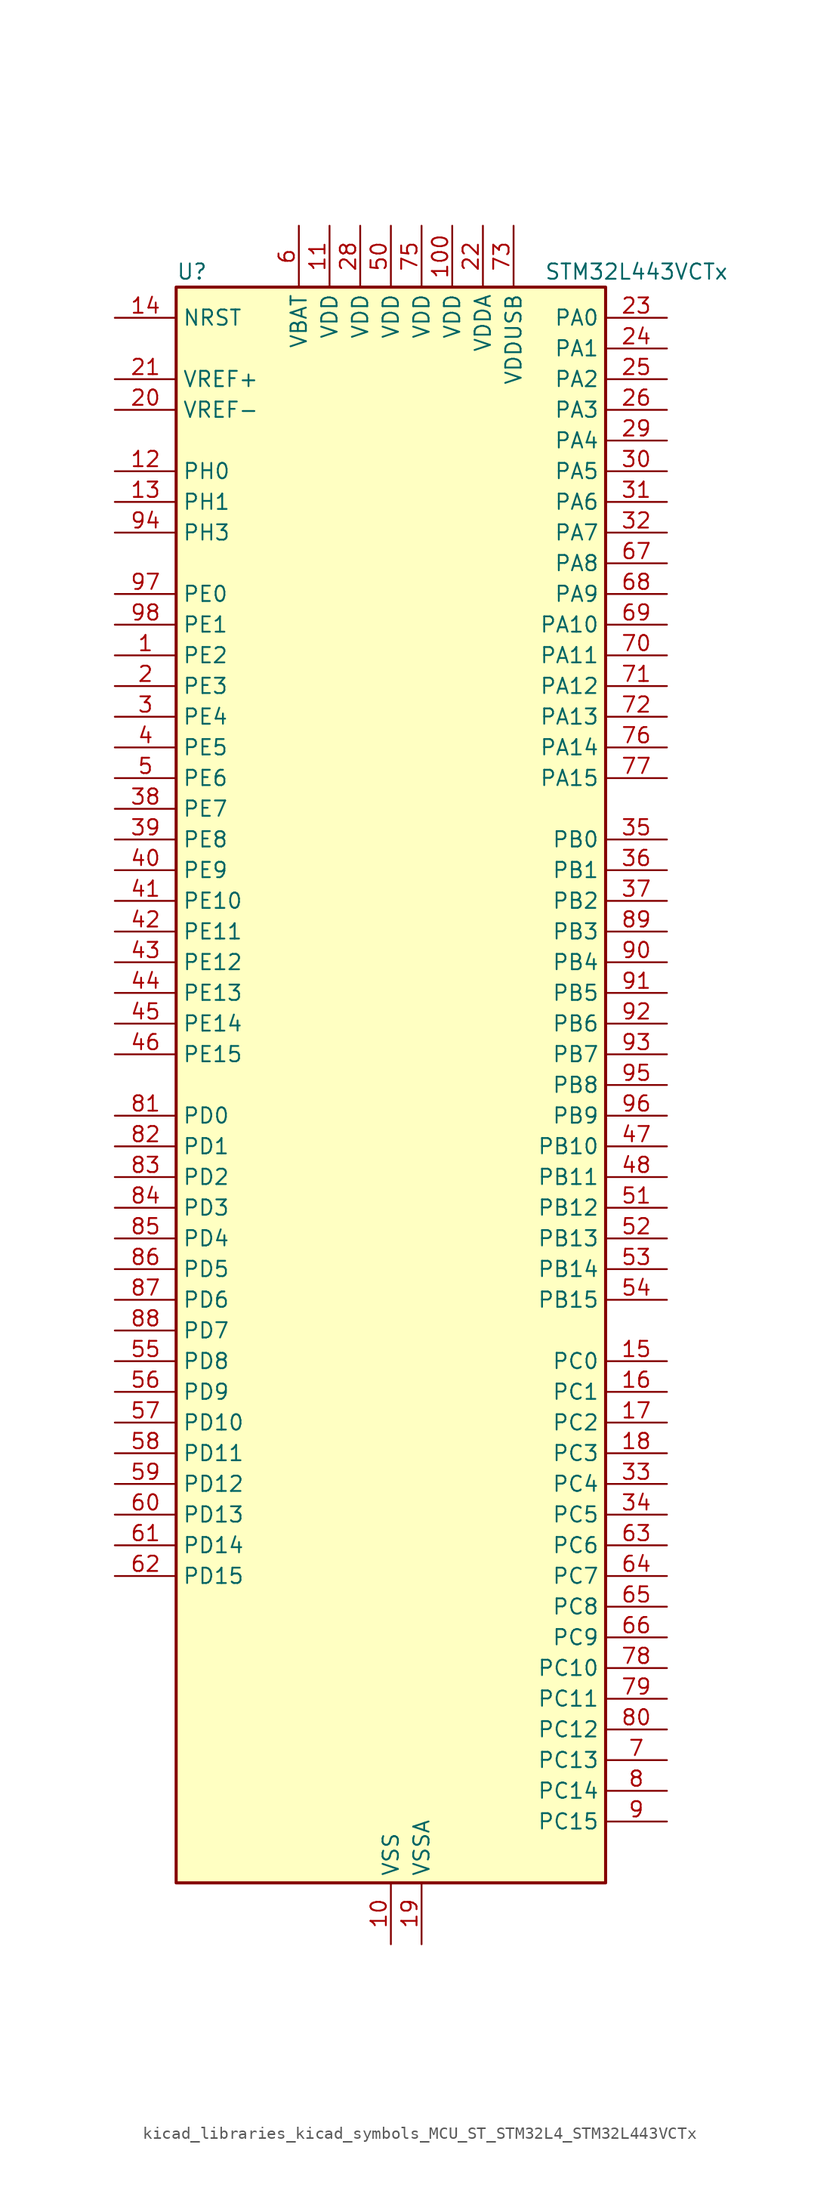
<source format=kicad_sym>
(kicad_symbol_lib
  (version 20220914)
  (generator kicad_symbol_editor)
  (symbol "kicad_libraries_kicad_symbols_MCU_ST_STM32L4_STM32L443VCTx"
    (property "Reference" "U"
      (at -17.78 67.31 0)
      (effects (font (size 1.27 1.27)) (justify left)))
    (property "Value" "STM32L443VCTx"
      (at 12.7 67.31 0)
      (effects (font (size 1.27 1.27)) (justify left)))
    (property "ki_locked" ""
      (at 0 0 0)
      (effects (font (size 1.27 1.27))))
    (symbol "kicad_libraries_kicad_symbols_MCU_ST_STM32L4_STM32L443VCTx_0_1"
      (rectangle (start -17.78 -66.04) (end 17.78 66.04) (stroke (width 0.254) (type default)) (fill (type background))))
    (symbol "kicad_libraries_kicad_symbols_MCU_ST_STM32L4_STM32L443VCTx_1_1"
      (pin bidirectional line (at -22.86 35.56 0) (length 5.08) (name "PE2" (effects (font (size 1.27 1.27)))) (number "1" (effects (font (size 1.27 1.27)))) (alternate "LCD_SEG38" bidirectional line) (alternate "SAI1_MCLK_A" bidirectional line) (alternate "SYS_TRACECLK" bidirectional line) (alternate "TSC_G7_IO1" bidirectional line))
      (pin power_in line (at 0 -71.12 90) (length 5.08) (name "VSS" (effects (font (size 1.27 1.27)))) (number "10" (effects (font (size 1.27 1.27)))))
      (pin power_in line (at 5.08 71.12 270) (length 5.08) (name "VDD" (effects (font (size 1.27 1.27)))) (number "100" (effects (font (size 1.27 1.27)))))
      (pin power_in line (at -5.08 71.12 270) (length 5.08) (name "VDD" (effects (font (size 1.27 1.27)))) (number "11" (effects (font (size 1.27 1.27)))))
      (pin bidirectional line (at -22.86 50.8 0) (length 5.08) (name "PH0" (effects (font (size 1.27 1.27)))) (number "12" (effects (font (size 1.27 1.27)))) (alternate "RCC_OSC_IN" bidirectional line))
      (pin bidirectional line (at -22.86 48.26 0) (length 5.08) (name "PH1" (effects (font (size 1.27 1.27)))) (number "13" (effects (font (size 1.27 1.27)))) (alternate "RCC_OSC_OUT" bidirectional line))
      (pin input line (at -22.86 63.5 0) (length 5.08) (name "NRST" (effects (font (size 1.27 1.27)))) (number "14" (effects (font (size 1.27 1.27)))))
      (pin bidirectional line (at 22.86 -22.86 180) (length 5.08) (name "PC0" (effects (font (size 1.27 1.27)))) (number "15" (effects (font (size 1.27 1.27)))) (alternate "ADC1_IN1" bidirectional line) (alternate "I2C3_SCL" bidirectional line) (alternate "LCD_SEG18" bidirectional line) (alternate "LPTIM1_IN1" bidirectional line) (alternate "LPTIM2_IN1" bidirectional line) (alternate "LPUART1_RX" bidirectional line))
      (pin bidirectional line (at 22.86 -25.4 180) (length 5.08) (name "PC1" (effects (font (size 1.27 1.27)))) (number "16" (effects (font (size 1.27 1.27)))) (alternate "ADC1_IN2" bidirectional line) (alternate "I2C3_SDA" bidirectional line) (alternate "LCD_SEG19" bidirectional line) (alternate "LPTIM1_OUT" bidirectional line) (alternate "LPUART1_TX" bidirectional line))
      (pin bidirectional line (at 22.86 -27.94 180) (length 5.08) (name "PC2" (effects (font (size 1.27 1.27)))) (number "17" (effects (font (size 1.27 1.27)))) (alternate "ADC1_IN3" bidirectional line) (alternate "LCD_SEG20" bidirectional line) (alternate "LPTIM1_IN2" bidirectional line) (alternate "SPI2_MISO" bidirectional line))
      (pin bidirectional line (at 22.86 -30.48 180) (length 5.08) (name "PC3" (effects (font (size 1.27 1.27)))) (number "18" (effects (font (size 1.27 1.27)))) (alternate "ADC1_IN4" bidirectional line) (alternate "LCD_VLCD" bidirectional line) (alternate "LPTIM1_ETR" bidirectional line) (alternate "LPTIM2_ETR" bidirectional line) (alternate "SAI1_SD_A" bidirectional line) (alternate "SPI2_MOSI" bidirectional line))
      (pin power_in line (at 2.54 -71.12 90) (length 5.08) (name "VSSA" (effects (font (size 1.27 1.27)))) (number "19" (effects (font (size 1.27 1.27)))))
      (pin bidirectional line (at -22.86 33.02 0) (length 5.08) (name "PE3" (effects (font (size 1.27 1.27)))) (number "2" (effects (font (size 1.27 1.27)))) (alternate "LCD_SEG39" bidirectional line) (alternate "SAI1_SD_B" bidirectional line) (alternate "SYS_TRACED0" bidirectional line) (alternate "TSC_G7_IO2" bidirectional line))
      (pin input line (at -22.86 55.88 0) (length 5.08) (name "VREF-" (effects (font (size 1.27 1.27)))) (number "20" (effects (font (size 1.27 1.27)))))
      (pin input line (at -22.86 58.42 0) (length 5.08) (name "VREF+" (effects (font (size 1.27 1.27)))) (number "21" (effects (font (size 1.27 1.27)))) (alternate "VREFBUF_OUT" bidirectional line))
      (pin power_in line (at 7.62 71.12 270) (length 5.08) (name "VDDA" (effects (font (size 1.27 1.27)))) (number "22" (effects (font (size 1.27 1.27)))))
      (pin bidirectional line (at 22.86 63.5 180) (length 5.08) (name "PA0" (effects (font (size 1.27 1.27)))) (number "23" (effects (font (size 1.27 1.27)))) (alternate "ADC1_IN5" bidirectional line) (alternate "COMP1_INM" bidirectional line) (alternate "COMP1_OUT" bidirectional line) (alternate "OPAMP1_VINP" bidirectional line) (alternate "RTC_TAMP2" bidirectional line) (alternate "SAI1_EXTCLK" bidirectional line) (alternate "SYS_WKUP1" bidirectional line) (alternate "TIM2_CH1" bidirectional line) (alternate "TIM2_ETR" bidirectional line) (alternate "USART2_CTS" bidirectional line))
      (pin bidirectional line (at 22.86 60.96 180) (length 5.08) (name "PA1" (effects (font (size 1.27 1.27)))) (number "24" (effects (font (size 1.27 1.27)))) (alternate "ADC1_IN6" bidirectional line) (alternate "COMP1_INP" bidirectional line) (alternate "I2C1_SMBA" bidirectional line) (alternate "LCD_SEG0" bidirectional line) (alternate "OPAMP1_VINM" bidirectional line) (alternate "SPI1_SCK" bidirectional line) (alternate "TIM15_CH1N" bidirectional line) (alternate "TIM2_CH2" bidirectional line) (alternate "USART2_DE" bidirectional line) (alternate "USART2_RTS" bidirectional line))
      (pin bidirectional line (at 22.86 58.42 180) (length 5.08) (name "PA2" (effects (font (size 1.27 1.27)))) (number "25" (effects (font (size 1.27 1.27)))) (alternate "ADC1_IN7" bidirectional line) (alternate "COMP2_INM" bidirectional line) (alternate "COMP2_OUT" bidirectional line) (alternate "LCD_SEG1" bidirectional line) (alternate "LPUART1_TX" bidirectional line) (alternate "QUADSPI_BK1_NCS" bidirectional line) (alternate "RCC_LSCO" bidirectional line) (alternate "SYS_WKUP4" bidirectional line) (alternate "TIM15_CH1" bidirectional line) (alternate "TIM2_CH3" bidirectional line) (alternate "USART2_TX" bidirectional line))
      (pin bidirectional line (at 22.86 55.88 180) (length 5.08) (name "PA3" (effects (font (size 1.27 1.27)))) (number "26" (effects (font (size 1.27 1.27)))) (alternate "ADC1_IN8" bidirectional line) (alternate "COMP2_INP" bidirectional line) (alternate "LCD_SEG2" bidirectional line) (alternate "LPUART1_RX" bidirectional line) (alternate "OPAMP1_VOUT" bidirectional line) (alternate "QUADSPI_CLK" bidirectional line) (alternate "SAI1_MCLK_A" bidirectional line) (alternate "TIM15_CH2" bidirectional line) (alternate "TIM2_CH4" bidirectional line) (alternate "USART2_RX" bidirectional line))
      (pin passive line (at 0 -71.12 90) (length 5.08) hide (name "VSS" (effects (font (size 1.27 1.27)))) (number "27" (effects (font (size 1.27 1.27)))))
      (pin power_in line (at -2.54 71.12 270) (length 5.08) (name "VDD" (effects (font (size 1.27 1.27)))) (number "28" (effects (font (size 1.27 1.27)))))
      (pin bidirectional line (at 22.86 53.34 180) (length 5.08) (name "PA4" (effects (font (size 1.27 1.27)))) (number "29" (effects (font (size 1.27 1.27)))) (alternate "ADC1_IN9" bidirectional line) (alternate "COMP1_INM" bidirectional line) (alternate "COMP2_INM" bidirectional line) (alternate "DAC1_OUT1" bidirectional line) (alternate "LPTIM2_OUT" bidirectional line) (alternate "SAI1_FS_B" bidirectional line) (alternate "SPI1_NSS" bidirectional line) (alternate "SPI3_NSS" bidirectional line) (alternate "USART2_CK" bidirectional line))
      (pin bidirectional line (at -22.86 30.48 0) (length 5.08) (name "PE4" (effects (font (size 1.27 1.27)))) (number "3" (effects (font (size 1.27 1.27)))) (alternate "SAI1_FS_A" bidirectional line) (alternate "SYS_TRACED1" bidirectional line) (alternate "TSC_G7_IO3" bidirectional line))
      (pin bidirectional line (at 22.86 50.8 180) (length 5.08) (name "PA5" (effects (font (size 1.27 1.27)))) (number "30" (effects (font (size 1.27 1.27)))) (alternate "ADC1_IN10" bidirectional line) (alternate "COMP1_INM" bidirectional line) (alternate "COMP2_INM" bidirectional line) (alternate "DAC1_OUT2" bidirectional line) (alternate "LPTIM2_ETR" bidirectional line) (alternate "SPI1_SCK" bidirectional line) (alternate "TIM2_CH1" bidirectional line) (alternate "TIM2_ETR" bidirectional line))
      (pin bidirectional line (at 22.86 48.26 180) (length 5.08) (name "PA6" (effects (font (size 1.27 1.27)))) (number "31" (effects (font (size 1.27 1.27)))) (alternate "ADC1_IN11" bidirectional line) (alternate "COMP1_OUT" bidirectional line) (alternate "LCD_SEG3" bidirectional line) (alternate "LPUART1_CTS" bidirectional line) (alternate "QUADSPI_BK1_IO3" bidirectional line) (alternate "SPI1_MISO" bidirectional line) (alternate "TIM16_CH1" bidirectional line) (alternate "TIM1_BKIN" bidirectional line) (alternate "TIM1_BKIN_COMP2" bidirectional line) (alternate "USART3_CTS" bidirectional line))
      (pin bidirectional line (at 22.86 45.72 180) (length 5.08) (name "PA7" (effects (font (size 1.27 1.27)))) (number "32" (effects (font (size 1.27 1.27)))) (alternate "ADC1_IN12" bidirectional line) (alternate "COMP2_OUT" bidirectional line) (alternate "I2C3_SCL" bidirectional line) (alternate "LCD_SEG4" bidirectional line) (alternate "QUADSPI_BK1_IO2" bidirectional line) (alternate "SPI1_MOSI" bidirectional line) (alternate "TIM1_CH1N" bidirectional line))
      (pin bidirectional line (at 22.86 -33.02 180) (length 5.08) (name "PC4" (effects (font (size 1.27 1.27)))) (number "33" (effects (font (size 1.27 1.27)))) (alternate "ADC1_IN13" bidirectional line) (alternate "COMP1_INM" bidirectional line) (alternate "LCD_SEG22" bidirectional line) (alternate "USART3_TX" bidirectional line))
      (pin bidirectional line (at 22.86 -35.56 180) (length 5.08) (name "PC5" (effects (font (size 1.27 1.27)))) (number "34" (effects (font (size 1.27 1.27)))) (alternate "ADC1_IN14" bidirectional line) (alternate "COMP1_INP" bidirectional line) (alternate "LCD_SEG23" bidirectional line) (alternate "SYS_WKUP5" bidirectional line) (alternate "USART3_RX" bidirectional line))
      (pin bidirectional line (at 22.86 20.32 180) (length 5.08) (name "PB0" (effects (font (size 1.27 1.27)))) (number "35" (effects (font (size 1.27 1.27)))) (alternate "ADC1_IN15" bidirectional line) (alternate "COMP1_OUT" bidirectional line) (alternate "LCD_SEG5" bidirectional line) (alternate "QUADSPI_BK1_IO1" bidirectional line) (alternate "SAI1_EXTCLK" bidirectional line) (alternate "SPI1_NSS" bidirectional line) (alternate "TIM1_CH2N" bidirectional line) (alternate "USART3_CK" bidirectional line))
      (pin bidirectional line (at 22.86 17.78 180) (length 5.08) (name "PB1" (effects (font (size 1.27 1.27)))) (number "36" (effects (font (size 1.27 1.27)))) (alternate "ADC1_IN16" bidirectional line) (alternate "COMP1_INM" bidirectional line) (alternate "LCD_SEG6" bidirectional line) (alternate "LPTIM2_IN1" bidirectional line) (alternate "LPUART1_DE" bidirectional line) (alternate "LPUART1_RTS" bidirectional line) (alternate "QUADSPI_BK1_IO0" bidirectional line) (alternate "TIM1_CH3N" bidirectional line) (alternate "USART3_DE" bidirectional line) (alternate "USART3_RTS" bidirectional line))
      (pin bidirectional line (at 22.86 15.24 180) (length 5.08) (name "PB2" (effects (font (size 1.27 1.27)))) (number "37" (effects (font (size 1.27 1.27)))) (alternate "COMP1_INP" bidirectional line) (alternate "I2C3_SMBA" bidirectional line) (alternate "LCD_VLCD" bidirectional line) (alternate "LPTIM1_OUT" bidirectional line) (alternate "RTC_OUT_ALARM" bidirectional line) (alternate "RTC_OUT_CALIB" bidirectional line))
      (pin bidirectional line (at -22.86 22.86 0) (length 5.08) (name "PE7" (effects (font (size 1.27 1.27)))) (number "38" (effects (font (size 1.27 1.27)))) (alternate "SAI1_SD_B" bidirectional line) (alternate "TIM1_ETR" bidirectional line))
      (pin bidirectional line (at -22.86 20.32 0) (length 5.08) (name "PE8" (effects (font (size 1.27 1.27)))) (number "39" (effects (font (size 1.27 1.27)))) (alternate "SAI1_SCK_B" bidirectional line) (alternate "TIM1_CH1N" bidirectional line))
      (pin bidirectional line (at -22.86 27.94 0) (length 5.08) (name "PE5" (effects (font (size 1.27 1.27)))) (number "4" (effects (font (size 1.27 1.27)))) (alternate "SAI1_SCK_A" bidirectional line) (alternate "SYS_TRACED2" bidirectional line) (alternate "TSC_G7_IO4" bidirectional line))
      (pin bidirectional line (at -22.86 17.78 0) (length 5.08) (name "PE9" (effects (font (size 1.27 1.27)))) (number "40" (effects (font (size 1.27 1.27)))) (alternate "DAC1_EXTI9" bidirectional line) (alternate "SAI1_FS_B" bidirectional line) (alternate "TIM1_CH1" bidirectional line))
      (pin bidirectional line (at -22.86 15.24 0) (length 5.08) (name "PE10" (effects (font (size 1.27 1.27)))) (number "41" (effects (font (size 1.27 1.27)))) (alternate "QUADSPI_CLK" bidirectional line) (alternate "SAI1_MCLK_B" bidirectional line) (alternate "TIM1_CH2N" bidirectional line) (alternate "TSC_G5_IO1" bidirectional line))
      (pin bidirectional line (at -22.86 12.7 0) (length 5.08) (name "PE11" (effects (font (size 1.27 1.27)))) (number "42" (effects (font (size 1.27 1.27)))) (alternate "ADC1_EXTI11" bidirectional line) (alternate "QUADSPI_BK1_NCS" bidirectional line) (alternate "TIM1_CH2" bidirectional line) (alternate "TSC_G5_IO2" bidirectional line))
      (pin bidirectional line (at -22.86 10.16 0) (length 5.08) (name "PE12" (effects (font (size 1.27 1.27)))) (number "43" (effects (font (size 1.27 1.27)))) (alternate "QUADSPI_BK1_IO0" bidirectional line) (alternate "SPI1_NSS" bidirectional line) (alternate "TIM1_CH3N" bidirectional line) (alternate "TSC_G5_IO3" bidirectional line))
      (pin bidirectional line (at -22.86 7.62 0) (length 5.08) (name "PE13" (effects (font (size 1.27 1.27)))) (number "44" (effects (font (size 1.27 1.27)))) (alternate "QUADSPI_BK1_IO1" bidirectional line) (alternate "SPI1_SCK" bidirectional line) (alternate "TIM1_CH3" bidirectional line) (alternate "TSC_G5_IO4" bidirectional line))
      (pin bidirectional line (at -22.86 5.08 0) (length 5.08) (name "PE14" (effects (font (size 1.27 1.27)))) (number "45" (effects (font (size 1.27 1.27)))) (alternate "QUADSPI_BK1_IO2" bidirectional line) (alternate "SPI1_MISO" bidirectional line) (alternate "TIM1_BKIN2" bidirectional line) (alternate "TIM1_BKIN2_COMP2" bidirectional line) (alternate "TIM1_CH4" bidirectional line))
      (pin bidirectional line (at -22.86 2.54 0) (length 5.08) (name "PE15" (effects (font (size 1.27 1.27)))) (number "46" (effects (font (size 1.27 1.27)))) (alternate "ADC1_EXTI15" bidirectional line) (alternate "QUADSPI_BK1_IO3" bidirectional line) (alternate "SPI1_MOSI" bidirectional line) (alternate "TIM1_BKIN" bidirectional line) (alternate "TIM1_BKIN_COMP1" bidirectional line))
      (pin bidirectional line (at 22.86 -5.08 180) (length 5.08) (name "PB10" (effects (font (size 1.27 1.27)))) (number "47" (effects (font (size 1.27 1.27)))) (alternate "COMP1_OUT" bidirectional line) (alternate "I2C2_SCL" bidirectional line) (alternate "LCD_SEG10" bidirectional line) (alternate "LPUART1_RX" bidirectional line) (alternate "QUADSPI_CLK" bidirectional line) (alternate "SAI1_SCK_A" bidirectional line) (alternate "SPI2_SCK" bidirectional line) (alternate "TIM2_CH3" bidirectional line) (alternate "TSC_SYNC" bidirectional line) (alternate "USART3_TX" bidirectional line))
      (pin bidirectional line (at 22.86 -7.62 180) (length 5.08) (name "PB11" (effects (font (size 1.27 1.27)))) (number "48" (effects (font (size 1.27 1.27)))) (alternate "ADC1_EXTI11" bidirectional line) (alternate "COMP2_OUT" bidirectional line) (alternate "I2C2_SDA" bidirectional line) (alternate "LCD_SEG11" bidirectional line) (alternate "LPUART1_TX" bidirectional line) (alternate "QUADSPI_BK1_NCS" bidirectional line) (alternate "TIM2_CH4" bidirectional line) (alternate "USART3_RX" bidirectional line))
      (pin passive line (at 0 -71.12 90) (length 5.08) hide (name "VSS" (effects (font (size 1.27 1.27)))) (number "49" (effects (font (size 1.27 1.27)))))
      (pin bidirectional line (at -22.86 25.4 0) (length 5.08) (name "PE6" (effects (font (size 1.27 1.27)))) (number "5" (effects (font (size 1.27 1.27)))) (alternate "RTC_TAMP3" bidirectional line) (alternate "SAI1_SD_A" bidirectional line) (alternate "SYS_TRACED3" bidirectional line) (alternate "SYS_WKUP3" bidirectional line))
      (pin power_in line (at 0 71.12 270) (length 5.08) (name "VDD" (effects (font (size 1.27 1.27)))) (number "50" (effects (font (size 1.27 1.27)))))
      (pin bidirectional line (at 22.86 -10.16 180) (length 5.08) (name "PB12" (effects (font (size 1.27 1.27)))) (number "51" (effects (font (size 1.27 1.27)))) (alternate "I2C2_SMBA" bidirectional line) (alternate "LCD_SEG12" bidirectional line) (alternate "LPUART1_DE" bidirectional line) (alternate "LPUART1_RTS" bidirectional line) (alternate "SAI1_FS_A" bidirectional line) (alternate "SPI2_NSS" bidirectional line) (alternate "SWPMI1_IO" bidirectional line) (alternate "TIM15_BKIN" bidirectional line) (alternate "TIM1_BKIN" bidirectional line) (alternate "TIM1_BKIN_COMP2" bidirectional line) (alternate "TSC_G1_IO1" bidirectional line) (alternate "USART3_CK" bidirectional line))
      (pin bidirectional line (at 22.86 -12.7 180) (length 5.08) (name "PB13" (effects (font (size 1.27 1.27)))) (number "52" (effects (font (size 1.27 1.27)))) (alternate "I2C2_SCL" bidirectional line) (alternate "LCD_SEG13" bidirectional line) (alternate "LPUART1_CTS" bidirectional line) (alternate "SAI1_SCK_A" bidirectional line) (alternate "SPI2_SCK" bidirectional line) (alternate "SWPMI1_TX" bidirectional line) (alternate "TIM15_CH1N" bidirectional line) (alternate "TIM1_CH1N" bidirectional line) (alternate "TSC_G1_IO2" bidirectional line) (alternate "USART3_CTS" bidirectional line))
      (pin bidirectional line (at 22.86 -15.24 180) (length 5.08) (name "PB14" (effects (font (size 1.27 1.27)))) (number "53" (effects (font (size 1.27 1.27)))) (alternate "I2C2_SDA" bidirectional line) (alternate "LCD_SEG14" bidirectional line) (alternate "SAI1_MCLK_A" bidirectional line) (alternate "SPI2_MISO" bidirectional line) (alternate "SWPMI1_RX" bidirectional line) (alternate "TIM15_CH1" bidirectional line) (alternate "TIM1_CH2N" bidirectional line) (alternate "TSC_G1_IO3" bidirectional line) (alternate "USART3_DE" bidirectional line) (alternate "USART3_RTS" bidirectional line))
      (pin bidirectional line (at 22.86 -17.78 180) (length 5.08) (name "PB15" (effects (font (size 1.27 1.27)))) (number "54" (effects (font (size 1.27 1.27)))) (alternate "ADC1_EXTI15" bidirectional line) (alternate "LCD_SEG15" bidirectional line) (alternate "RTC_REFIN" bidirectional line) (alternate "SAI1_SD_A" bidirectional line) (alternate "SPI2_MOSI" bidirectional line) (alternate "SWPMI1_SUSPEND" bidirectional line) (alternate "TIM15_CH2" bidirectional line) (alternate "TIM1_CH3N" bidirectional line) (alternate "TSC_G1_IO4" bidirectional line))
      (pin bidirectional line (at -22.86 -22.86 0) (length 5.08) (name "PD8" (effects (font (size 1.27 1.27)))) (number "55" (effects (font (size 1.27 1.27)))) (alternate "LCD_SEG28" bidirectional line) (alternate "USART3_TX" bidirectional line))
      (pin bidirectional line (at -22.86 -25.4 0) (length 5.08) (name "PD9" (effects (font (size 1.27 1.27)))) (number "56" (effects (font (size 1.27 1.27)))) (alternate "DAC1_EXTI9" bidirectional line) (alternate "LCD_SEG29" bidirectional line) (alternate "USART3_RX" bidirectional line))
      (pin bidirectional line (at -22.86 -27.94 0) (length 5.08) (name "PD10" (effects (font (size 1.27 1.27)))) (number "57" (effects (font (size 1.27 1.27)))) (alternate "LCD_SEG30" bidirectional line) (alternate "TSC_G6_IO1" bidirectional line) (alternate "USART3_CK" bidirectional line))
      (pin bidirectional line (at -22.86 -30.48 0) (length 5.08) (name "PD11" (effects (font (size 1.27 1.27)))) (number "58" (effects (font (size 1.27 1.27)))) (alternate "ADC1_EXTI11" bidirectional line) (alternate "LCD_SEG31" bidirectional line) (alternate "LPTIM2_ETR" bidirectional line) (alternate "TSC_G6_IO2" bidirectional line) (alternate "USART3_CTS" bidirectional line))
      (pin bidirectional line (at -22.86 -33.02 0) (length 5.08) (name "PD12" (effects (font (size 1.27 1.27)))) (number "59" (effects (font (size 1.27 1.27)))) (alternate "LCD_SEG32" bidirectional line) (alternate "LPTIM2_IN1" bidirectional line) (alternate "TSC_G6_IO3" bidirectional line) (alternate "USART3_DE" bidirectional line) (alternate "USART3_RTS" bidirectional line))
      (pin power_in line (at -7.62 71.12 270) (length 5.08) (name "VBAT" (effects (font (size 1.27 1.27)))) (number "6" (effects (font (size 1.27 1.27)))))
      (pin bidirectional line (at -22.86 -35.56 0) (length 5.08) (name "PD13" (effects (font (size 1.27 1.27)))) (number "60" (effects (font (size 1.27 1.27)))) (alternate "LCD_SEG33" bidirectional line) (alternate "LPTIM2_OUT" bidirectional line) (alternate "TSC_G6_IO4" bidirectional line))
      (pin bidirectional line (at -22.86 -38.1 0) (length 5.08) (name "PD14" (effects (font (size 1.27 1.27)))) (number "61" (effects (font (size 1.27 1.27)))) (alternate "LCD_SEG34" bidirectional line))
      (pin bidirectional line (at -22.86 -40.64 0) (length 5.08) (name "PD15" (effects (font (size 1.27 1.27)))) (number "62" (effects (font (size 1.27 1.27)))) (alternate "ADC1_EXTI15" bidirectional line) (alternate "LCD_SEG35" bidirectional line))
      (pin bidirectional line (at 22.86 -38.1 180) (length 5.08) (name "PC6" (effects (font (size 1.27 1.27)))) (number "63" (effects (font (size 1.27 1.27)))) (alternate "LCD_SEG24" bidirectional line) (alternate "SDMMC1_D6" bidirectional line) (alternate "TSC_G4_IO1" bidirectional line))
      (pin bidirectional line (at 22.86 -40.64 180) (length 5.08) (name "PC7" (effects (font (size 1.27 1.27)))) (number "64" (effects (font (size 1.27 1.27)))) (alternate "LCD_SEG25" bidirectional line) (alternate "SDMMC1_D7" bidirectional line) (alternate "TSC_G4_IO2" bidirectional line))
      (pin bidirectional line (at 22.86 -43.18 180) (length 5.08) (name "PC8" (effects (font (size 1.27 1.27)))) (number "65" (effects (font (size 1.27 1.27)))) (alternate "LCD_SEG26" bidirectional line) (alternate "SDMMC1_D0" bidirectional line) (alternate "TSC_G4_IO3" bidirectional line))
      (pin bidirectional line (at 22.86 -45.72 180) (length 5.08) (name "PC9" (effects (font (size 1.27 1.27)))) (number "66" (effects (font (size 1.27 1.27)))) (alternate "DAC1_EXTI9" bidirectional line) (alternate "LCD_SEG27" bidirectional line) (alternate "SDMMC1_D1" bidirectional line) (alternate "TSC_G4_IO4" bidirectional line) (alternate "USB_NOE" bidirectional line))
      (pin bidirectional line (at 22.86 43.18 180) (length 5.08) (name "PA8" (effects (font (size 1.27 1.27)))) (number "67" (effects (font (size 1.27 1.27)))) (alternate "LCD_COM0" bidirectional line) (alternate "LPTIM2_OUT" bidirectional line) (alternate "RCC_MCO" bidirectional line) (alternate "SAI1_SCK_A" bidirectional line) (alternate "SWPMI1_IO" bidirectional line) (alternate "TIM1_CH1" bidirectional line) (alternate "USART1_CK" bidirectional line))
      (pin bidirectional line (at 22.86 40.64 180) (length 5.08) (name "PA9" (effects (font (size 1.27 1.27)))) (number "68" (effects (font (size 1.27 1.27)))) (alternate "DAC1_EXTI9" bidirectional line) (alternate "I2C1_SCL" bidirectional line) (alternate "LCD_COM1" bidirectional line) (alternate "SAI1_FS_A" bidirectional line) (alternate "TIM15_BKIN" bidirectional line) (alternate "TIM1_CH2" bidirectional line) (alternate "USART1_TX" bidirectional line))
      (pin bidirectional line (at 22.86 38.1 180) (length 5.08) (name "PA10" (effects (font (size 1.27 1.27)))) (number "69" (effects (font (size 1.27 1.27)))) (alternate "CRS_SYNC" bidirectional line) (alternate "I2C1_SDA" bidirectional line) (alternate "LCD_COM2" bidirectional line) (alternate "SAI1_SD_A" bidirectional line) (alternate "TIM1_CH3" bidirectional line) (alternate "USART1_RX" bidirectional line))
      (pin bidirectional line (at 22.86 -55.88 180) (length 5.08) (name "PC13" (effects (font (size 1.27 1.27)))) (number "7" (effects (font (size 1.27 1.27)))) (alternate "RTC_OUT_ALARM" bidirectional line) (alternate "RTC_OUT_CALIB" bidirectional line) (alternate "RTC_TAMP1" bidirectional line) (alternate "RTC_TS" bidirectional line) (alternate "SYS_WKUP2" bidirectional line))
      (pin bidirectional line (at 22.86 35.56 180) (length 5.08) (name "PA11" (effects (font (size 1.27 1.27)))) (number "70" (effects (font (size 1.27 1.27)))) (alternate "ADC1_EXTI11" bidirectional line) (alternate "CAN1_RX" bidirectional line) (alternate "COMP1_OUT" bidirectional line) (alternate "SPI1_MISO" bidirectional line) (alternate "TIM1_BKIN2" bidirectional line) (alternate "TIM1_BKIN2_COMP1" bidirectional line) (alternate "TIM1_CH4" bidirectional line) (alternate "USART1_CTS" bidirectional line) (alternate "USB_DM" bidirectional line))
      (pin bidirectional line (at 22.86 33.02 180) (length 5.08) (name "PA12" (effects (font (size 1.27 1.27)))) (number "71" (effects (font (size 1.27 1.27)))) (alternate "CAN1_TX" bidirectional line) (alternate "SPI1_MOSI" bidirectional line) (alternate "TIM1_ETR" bidirectional line) (alternate "USART1_DE" bidirectional line) (alternate "USART1_RTS" bidirectional line) (alternate "USB_DP" bidirectional line))
      (pin bidirectional line (at 22.86 30.48 180) (length 5.08) (name "PA13" (effects (font (size 1.27 1.27)))) (number "72" (effects (font (size 1.27 1.27)))) (alternate "IR_OUT" bidirectional line) (alternate "SAI1_SD_B" bidirectional line) (alternate "SWPMI1_TX" bidirectional line) (alternate "SYS_JTMS-SWDIO" bidirectional line) (alternate "USB_NOE" bidirectional line))
      (pin power_in line (at 10.16 71.12 270) (length 5.08) (name "VDDUSB" (effects (font (size 1.27 1.27)))) (number "73" (effects (font (size 1.27 1.27)))))
      (pin passive line (at 0 -71.12 90) (length 5.08) hide (name "VSS" (effects (font (size 1.27 1.27)))) (number "74" (effects (font (size 1.27 1.27)))))
      (pin power_in line (at 2.54 71.12 270) (length 5.08) (name "VDD" (effects (font (size 1.27 1.27)))) (number "75" (effects (font (size 1.27 1.27)))))
      (pin bidirectional line (at 22.86 27.94 180) (length 5.08) (name "PA14" (effects (font (size 1.27 1.27)))) (number "76" (effects (font (size 1.27 1.27)))) (alternate "I2C1_SMBA" bidirectional line) (alternate "LPTIM1_OUT" bidirectional line) (alternate "SAI1_FS_B" bidirectional line) (alternate "SWPMI1_RX" bidirectional line) (alternate "SYS_JTCK-SWCLK" bidirectional line))
      (pin bidirectional line (at 22.86 25.4 180) (length 5.08) (name "PA15" (effects (font (size 1.27 1.27)))) (number "77" (effects (font (size 1.27 1.27)))) (alternate "ADC1_EXTI15" bidirectional line) (alternate "LCD_SEG17" bidirectional line) (alternate "SPI1_NSS" bidirectional line) (alternate "SPI3_NSS" bidirectional line) (alternate "SWPMI1_SUSPEND" bidirectional line) (alternate "SYS_JTDI" bidirectional line) (alternate "TIM2_CH1" bidirectional line) (alternate "TIM2_ETR" bidirectional line) (alternate "TSC_G3_IO1" bidirectional line) (alternate "USART2_RX" bidirectional line) (alternate "USART3_DE" bidirectional line) (alternate "USART3_RTS" bidirectional line))
      (pin bidirectional line (at 22.86 -48.26 180) (length 5.08) (name "PC10" (effects (font (size 1.27 1.27)))) (number "78" (effects (font (size 1.27 1.27)))) (alternate "LCD_COM4" bidirectional line) (alternate "LCD_SEG28" bidirectional line) (alternate "LCD_SEG40" bidirectional line) (alternate "SDMMC1_D2" bidirectional line) (alternate "SPI3_SCK" bidirectional line) (alternate "TSC_G3_IO2" bidirectional line) (alternate "USART3_TX" bidirectional line))
      (pin bidirectional line (at 22.86 -50.8 180) (length 5.08) (name "PC11" (effects (font (size 1.27 1.27)))) (number "79" (effects (font (size 1.27 1.27)))) (alternate "ADC1_EXTI11" bidirectional line) (alternate "LCD_COM5" bidirectional line) (alternate "LCD_SEG29" bidirectional line) (alternate "LCD_SEG41" bidirectional line) (alternate "SDMMC1_D3" bidirectional line) (alternate "SPI3_MISO" bidirectional line) (alternate "TSC_G3_IO3" bidirectional line) (alternate "USART3_RX" bidirectional line))
      (pin bidirectional line (at 22.86 -58.42 180) (length 5.08) (name "PC14" (effects (font (size 1.27 1.27)))) (number "8" (effects (font (size 1.27 1.27)))) (alternate "RCC_OSC32_IN" bidirectional line))
      (pin bidirectional line (at 22.86 -53.34 180) (length 5.08) (name "PC12" (effects (font (size 1.27 1.27)))) (number "80" (effects (font (size 1.27 1.27)))) (alternate "LCD_COM6" bidirectional line) (alternate "LCD_SEG30" bidirectional line) (alternate "LCD_SEG42" bidirectional line) (alternate "SDMMC1_CK" bidirectional line) (alternate "SPI3_MOSI" bidirectional line) (alternate "TSC_G3_IO4" bidirectional line) (alternate "USART3_CK" bidirectional line))
      (pin bidirectional line (at -22.86 -2.54 0) (length 5.08) (name "PD0" (effects (font (size 1.27 1.27)))) (number "81" (effects (font (size 1.27 1.27)))) (alternate "CAN1_RX" bidirectional line) (alternate "SPI2_NSS" bidirectional line))
      (pin bidirectional line (at -22.86 -5.08 0) (length 5.08) (name "PD1" (effects (font (size 1.27 1.27)))) (number "82" (effects (font (size 1.27 1.27)))) (alternate "CAN1_TX" bidirectional line) (alternate "SPI2_SCK" bidirectional line))
      (pin bidirectional line (at -22.86 -7.62 0) (length 5.08) (name "PD2" (effects (font (size 1.27 1.27)))) (number "83" (effects (font (size 1.27 1.27)))) (alternate "LCD_COM7" bidirectional line) (alternate "LCD_SEG31" bidirectional line) (alternate "LCD_SEG43" bidirectional line) (alternate "SDMMC1_CMD" bidirectional line) (alternate "TSC_SYNC" bidirectional line) (alternate "USART3_DE" bidirectional line) (alternate "USART3_RTS" bidirectional line))
      (pin bidirectional line (at -22.86 -10.16 0) (length 5.08) (name "PD3" (effects (font (size 1.27 1.27)))) (number "84" (effects (font (size 1.27 1.27)))) (alternate "QUADSPI_BK2_NCS" bidirectional line) (alternate "SPI2_MISO" bidirectional line) (alternate "USART2_CTS" bidirectional line))
      (pin bidirectional line (at -22.86 -12.7 0) (length 5.08) (name "PD4" (effects (font (size 1.27 1.27)))) (number "85" (effects (font (size 1.27 1.27)))) (alternate "QUADSPI_BK2_IO0" bidirectional line) (alternate "SPI2_MOSI" bidirectional line) (alternate "USART2_DE" bidirectional line) (alternate "USART2_RTS" bidirectional line))
      (pin bidirectional line (at -22.86 -15.24 0) (length 5.08) (name "PD5" (effects (font (size 1.27 1.27)))) (number "86" (effects (font (size 1.27 1.27)))) (alternate "QUADSPI_BK2_IO1" bidirectional line) (alternate "USART2_TX" bidirectional line))
      (pin bidirectional line (at -22.86 -17.78 0) (length 5.08) (name "PD6" (effects (font (size 1.27 1.27)))) (number "87" (effects (font (size 1.27 1.27)))) (alternate "QUADSPI_BK2_IO2" bidirectional line) (alternate "SAI1_SD_A" bidirectional line) (alternate "USART2_RX" bidirectional line))
      (pin bidirectional line (at -22.86 -20.32 0) (length 5.08) (name "PD7" (effects (font (size 1.27 1.27)))) (number "88" (effects (font (size 1.27 1.27)))) (alternate "QUADSPI_BK2_IO3" bidirectional line) (alternate "USART2_CK" bidirectional line))
      (pin bidirectional line (at 22.86 12.7 180) (length 5.08) (name "PB3" (effects (font (size 1.27 1.27)))) (number "89" (effects (font (size 1.27 1.27)))) (alternate "COMP2_INM" bidirectional line) (alternate "LCD_SEG7" bidirectional line) (alternate "SAI1_SCK_B" bidirectional line) (alternate "SPI1_SCK" bidirectional line) (alternate "SPI3_SCK" bidirectional line) (alternate "SYS_JTDO-SWO" bidirectional line) (alternate "TIM2_CH2" bidirectional line) (alternate "USART1_DE" bidirectional line) (alternate "USART1_RTS" bidirectional line))
      (pin bidirectional line (at 22.86 -60.96 180) (length 5.08) (name "PC15" (effects (font (size 1.27 1.27)))) (number "9" (effects (font (size 1.27 1.27)))) (alternate "ADC1_EXTI15" bidirectional line) (alternate "RCC_OSC32_OUT" bidirectional line))
      (pin bidirectional line (at 22.86 10.16 180) (length 5.08) (name "PB4" (effects (font (size 1.27 1.27)))) (number "90" (effects (font (size 1.27 1.27)))) (alternate "COMP2_INP" bidirectional line) (alternate "I2C3_SDA" bidirectional line) (alternate "LCD_SEG8" bidirectional line) (alternate "SAI1_MCLK_B" bidirectional line) (alternate "SPI1_MISO" bidirectional line) (alternate "SPI3_MISO" bidirectional line) (alternate "SYS_JTRST" bidirectional line) (alternate "TSC_G2_IO1" bidirectional line) (alternate "USART1_CTS" bidirectional line))
      (pin bidirectional line (at 22.86 7.62 180) (length 5.08) (name "PB5" (effects (font (size 1.27 1.27)))) (number "91" (effects (font (size 1.27 1.27)))) (alternate "COMP2_OUT" bidirectional line) (alternate "I2C1_SMBA" bidirectional line) (alternate "LCD_SEG9" bidirectional line) (alternate "LPTIM1_IN1" bidirectional line) (alternate "SAI1_SD_B" bidirectional line) (alternate "SPI1_MOSI" bidirectional line) (alternate "SPI3_MOSI" bidirectional line) (alternate "TIM16_BKIN" bidirectional line) (alternate "TSC_G2_IO2" bidirectional line) (alternate "USART1_CK" bidirectional line))
      (pin bidirectional line (at 22.86 5.08 180) (length 5.08) (name "PB6" (effects (font (size 1.27 1.27)))) (number "92" (effects (font (size 1.27 1.27)))) (alternate "COMP2_INP" bidirectional line) (alternate "I2C1_SCL" bidirectional line) (alternate "LPTIM1_ETR" bidirectional line) (alternate "SAI1_FS_B" bidirectional line) (alternate "TIM16_CH1N" bidirectional line) (alternate "TSC_G2_IO3" bidirectional line) (alternate "USART1_TX" bidirectional line))
      (pin bidirectional line (at 22.86 2.54 180) (length 5.08) (name "PB7" (effects (font (size 1.27 1.27)))) (number "93" (effects (font (size 1.27 1.27)))) (alternate "COMP2_INM" bidirectional line) (alternate "I2C1_SDA" bidirectional line) (alternate "LCD_SEG21" bidirectional line) (alternate "LPTIM1_IN2" bidirectional line) (alternate "SYS_PVD_IN" bidirectional line) (alternate "TSC_G2_IO4" bidirectional line) (alternate "USART1_RX" bidirectional line))
      (pin bidirectional line (at -22.86 45.72 0) (length 5.08) (name "PH3" (effects (font (size 1.27 1.27)))) (number "94" (effects (font (size 1.27 1.27)))))
      (pin bidirectional line (at 22.86 0 180) (length 5.08) (name "PB8" (effects (font (size 1.27 1.27)))) (number "95" (effects (font (size 1.27 1.27)))) (alternate "CAN1_RX" bidirectional line) (alternate "I2C1_SCL" bidirectional line) (alternate "LCD_SEG16" bidirectional line) (alternate "SAI1_MCLK_A" bidirectional line) (alternate "SDMMC1_D4" bidirectional line) (alternate "TIM16_CH1" bidirectional line))
      (pin bidirectional line (at 22.86 -2.54 180) (length 5.08) (name "PB9" (effects (font (size 1.27 1.27)))) (number "96" (effects (font (size 1.27 1.27)))) (alternate "CAN1_TX" bidirectional line) (alternate "DAC1_EXTI9" bidirectional line) (alternate "I2C1_SDA" bidirectional line) (alternate "IR_OUT" bidirectional line) (alternate "LCD_COM3" bidirectional line) (alternate "SAI1_FS_A" bidirectional line) (alternate "SDMMC1_D5" bidirectional line) (alternate "SPI2_NSS" bidirectional line))
      (pin bidirectional line (at -22.86 40.64 0) (length 5.08) (name "PE0" (effects (font (size 1.27 1.27)))) (number "97" (effects (font (size 1.27 1.27)))) (alternate "LCD_SEG36" bidirectional line) (alternate "TIM16_CH1" bidirectional line))
      (pin bidirectional line (at -22.86 38.1 0) (length 5.08) (name "PE1" (effects (font (size 1.27 1.27)))) (number "98" (effects (font (size 1.27 1.27)))) (alternate "LCD_SEG37" bidirectional line))
      (pin passive line (at 0 -71.12 90) (length 5.08) hide (name "VSS" (effects (font (size 1.27 1.27)))) (number "99" (effects (font (size 1.27 1.27))))))))
</source>
